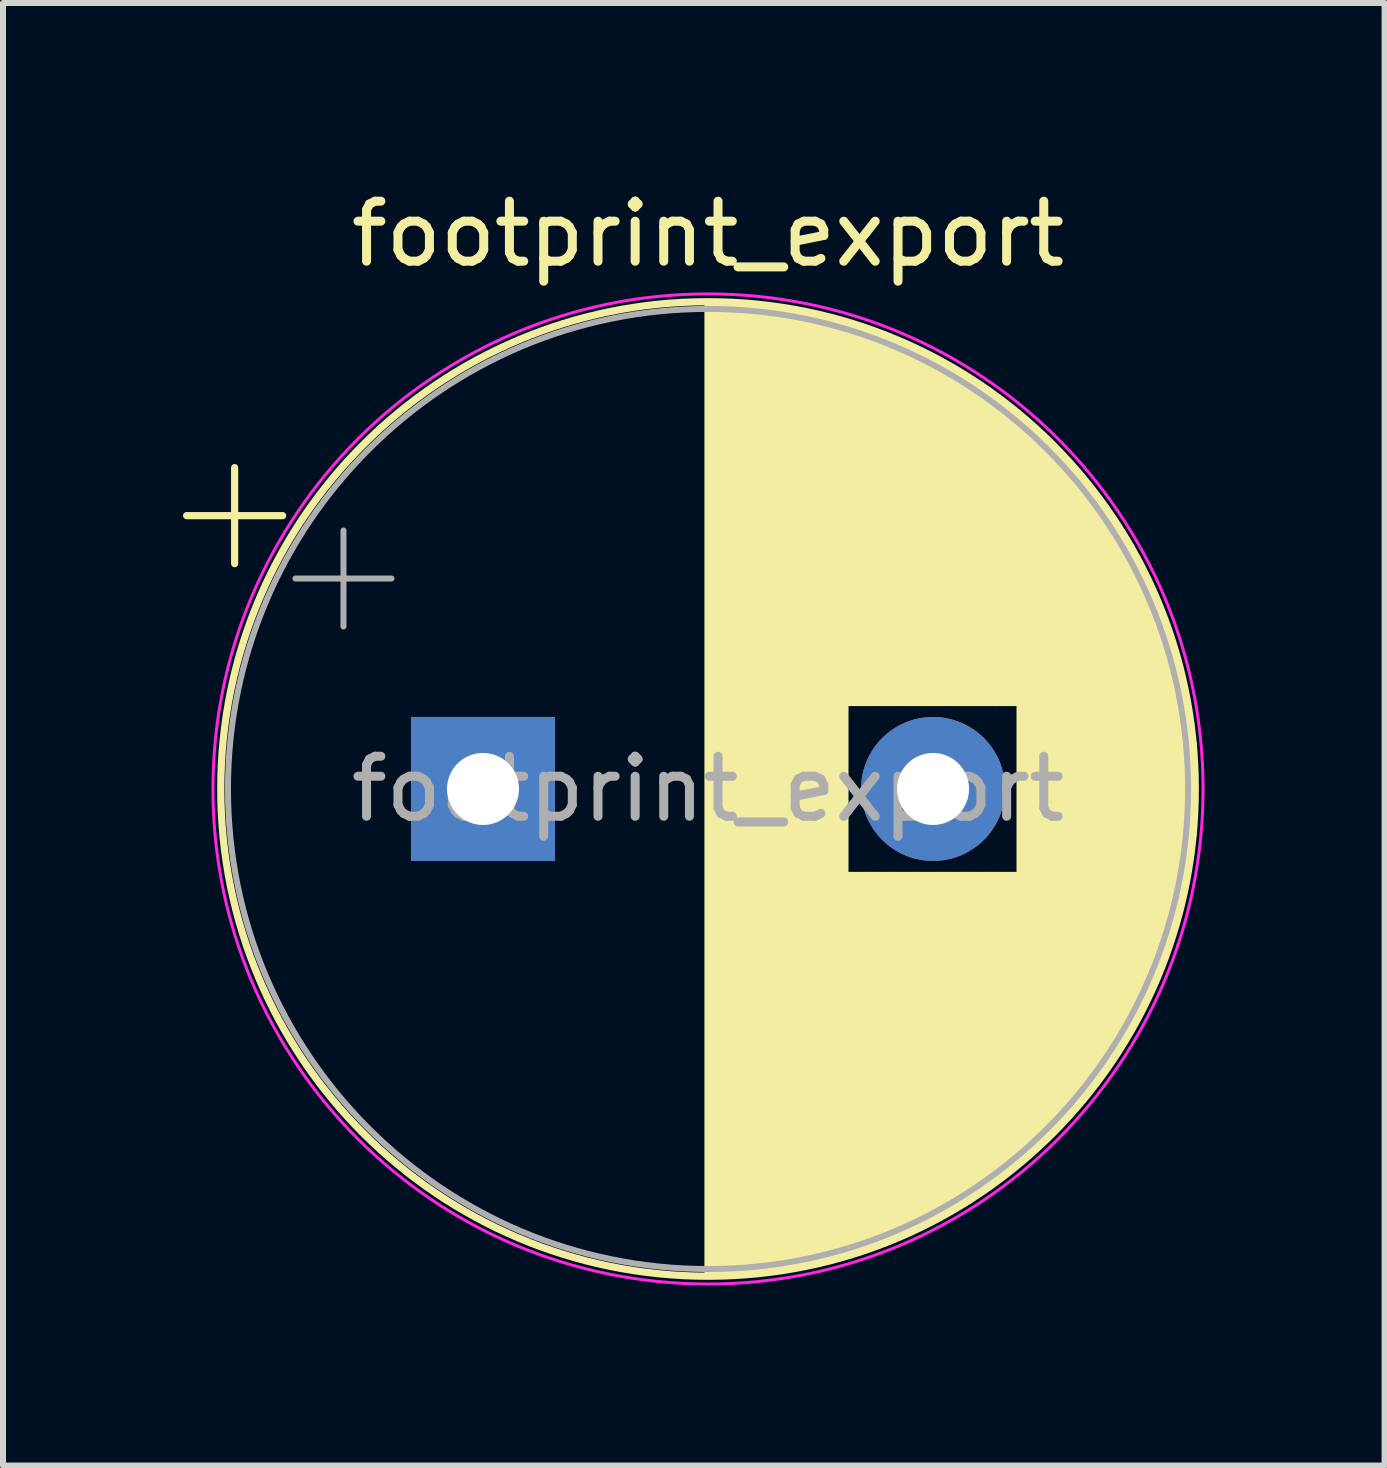
<source format=kicad_pcb>
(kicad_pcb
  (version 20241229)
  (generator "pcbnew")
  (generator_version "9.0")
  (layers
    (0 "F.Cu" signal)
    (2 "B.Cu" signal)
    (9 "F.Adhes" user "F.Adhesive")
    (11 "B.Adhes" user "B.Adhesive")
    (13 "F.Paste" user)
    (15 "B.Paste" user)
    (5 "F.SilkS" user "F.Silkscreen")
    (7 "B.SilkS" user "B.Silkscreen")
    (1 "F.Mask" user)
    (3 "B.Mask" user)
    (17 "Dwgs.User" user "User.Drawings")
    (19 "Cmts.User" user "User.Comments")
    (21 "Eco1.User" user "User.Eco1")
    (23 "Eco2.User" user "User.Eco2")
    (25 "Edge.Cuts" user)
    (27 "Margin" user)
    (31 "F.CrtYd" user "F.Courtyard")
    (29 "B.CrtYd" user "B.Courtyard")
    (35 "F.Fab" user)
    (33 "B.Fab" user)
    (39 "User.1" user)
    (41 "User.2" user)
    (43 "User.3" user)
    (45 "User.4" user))
  (footprint "footprint_export"
    (layer "F.Cu")
    (at 4.999 10.098)
    (property "Reference" "footprint_export" (at 3.75 -9.25 0) (layer "F.SilkS") (effects (font (size 1 1) (thickness 0.15))))
    (attr through_hole)
    (fp_line (start -4.939 -4.555) (end -3.339 -4.555) (stroke (width 0.12) (type solid)) (layer "F.SilkS"))
    (fp_line (start -4.139 -5.355) (end -4.139 -3.755) (stroke (width 0.12) (type solid)) (layer "F.SilkS"))
    (fp_line (start 3.75 -8.081) (end 3.75 8.081) (stroke (width 0.12) (type solid)) (layer "F.SilkS"))
    (fp_line (start 3.79 -8.08) (end 3.79 8.08) (stroke (width 0.12) (type solid)) (layer "F.SilkS"))
    (fp_line (start 3.83 -8.08) (end 3.83 8.08) (stroke (width 0.12) (type solid)) (layer "F.SilkS"))
    (fp_line (start 3.87 -8.08) (end 3.87 8.08) (stroke (width 0.12) (type solid)) (layer "F.SilkS"))
    (fp_line (start 3.91 -8.079) (end 3.91 8.079) (stroke (width 0.12) (type solid)) (layer "F.SilkS"))
    (fp_line (start 3.95 -8.078) (end 3.95 8.078) (stroke (width 0.12) (type solid)) (layer "F.SilkS"))
    (fp_line (start 3.99 -8.077) (end 3.99 8.077) (stroke (width 0.12) (type solid)) (layer "F.SilkS"))
    (fp_line (start 4.03 -8.076) (end 4.03 8.076) (stroke (width 0.12) (type solid)) (layer "F.SilkS"))
    (fp_line (start 4.07 -8.074) (end 4.07 8.074) (stroke (width 0.12) (type solid)) (layer "F.SilkS"))
    (fp_line (start 4.11 -8.073) (end 4.11 8.073) (stroke (width 0.12) (type solid)) (layer "F.SilkS"))
    (fp_line (start 4.15 -8.071) (end 4.15 8.071) (stroke (width 0.12) (type solid)) (layer "F.SilkS"))
    (fp_line (start 4.19 -8.069) (end 4.19 8.069) (stroke (width 0.12) (type solid)) (layer "F.SilkS"))
    (fp_line (start 4.23 -8.066) (end 4.23 8.066) (stroke (width 0.12) (type solid)) (layer "F.SilkS"))
    (fp_line (start 4.27 -8.064) (end 4.27 8.064) (stroke (width 0.12) (type solid)) (layer "F.SilkS"))
    (fp_line (start 4.31 -8.061) (end 4.31 8.061) (stroke (width 0.12) (type solid)) (layer "F.SilkS"))
    (fp_line (start 4.35 -8.058) (end 4.35 8.058) (stroke (width 0.12) (type solid)) (layer "F.SilkS"))
    (fp_line (start 4.39 -8.055) (end 4.39 8.055) (stroke (width 0.12) (type solid)) (layer "F.SilkS"))
    (fp_line (start 4.43 -8.052) (end 4.43 8.052) (stroke (width 0.12) (type solid)) (layer "F.SilkS"))
    (fp_line (start 4.471 -8.049) (end 4.471 8.049) (stroke (width 0.12) (type solid)) (layer "F.SilkS"))
    (fp_line (start 4.511 -8.045) (end 4.511 8.045) (stroke (width 0.12) (type solid)) (layer "F.SilkS"))
    (fp_line (start 4.551 -8.041) (end 4.551 8.041) (stroke (width 0.12) (type solid)) (layer "F.SilkS"))
    (fp_line (start 4.591 -8.037) (end 4.591 8.037) (stroke (width 0.12) (type solid)) (layer "F.SilkS"))
    (fp_line (start 4.631 -8.033) (end 4.631 8.033) (stroke (width 0.12) (type solid)) (layer "F.SilkS"))
    (fp_line (start 4.671 -8.028) (end 4.671 8.028) (stroke (width 0.12) (type solid)) (layer "F.SilkS"))
    (fp_line (start 4.711 -8.024) (end 4.711 8.024) (stroke (width 0.12) (type solid)) (layer "F.SilkS"))
    (fp_line (start 4.751 -8.019) (end 4.751 8.019) (stroke (width 0.12) (type solid)) (layer "F.SilkS"))
    (fp_line (start 4.791 -8.014) (end 4.791 8.014) (stroke (width 0.12) (type solid)) (layer "F.SilkS"))
    (fp_line (start 4.831 -8.008) (end 4.831 8.008) (stroke (width 0.12) (type solid)) (layer "F.SilkS"))
    (fp_line (start 4.871 -8.003) (end 4.871 8.003) (stroke (width 0.12) (type solid)) (layer "F.SilkS"))
    (fp_line (start 4.911 -7.997) (end 4.911 7.997) (stroke (width 0.12) (type solid)) (layer "F.SilkS"))
    (fp_line (start 4.951 -7.991) (end 4.951 7.991) (stroke (width 0.12) (type solid)) (layer "F.SilkS"))
    (fp_line (start 4.991 -7.985) (end 4.991 7.985) (stroke (width 0.12) (type solid)) (layer "F.SilkS"))
    (fp_line (start 5.031 -7.979) (end 5.031 7.979) (stroke (width 0.12) (type solid)) (layer "F.SilkS"))
    (fp_line (start 5.071 -7.972) (end 5.071 7.972) (stroke (width 0.12) (type solid)) (layer "F.SilkS"))
    (fp_line (start 5.111 -7.966) (end 5.111 7.966) (stroke (width 0.12) (type solid)) (layer "F.SilkS"))
    (fp_line (start 5.151 -7.959) (end 5.151 7.959) (stroke (width 0.12) (type solid)) (layer "F.SilkS"))
    (fp_line (start 5.191 -7.952) (end 5.191 7.952) (stroke (width 0.12) (type solid)) (layer "F.SilkS"))
    (fp_line (start 5.231 -7.944) (end 5.231 7.944) (stroke (width 0.12) (type solid)) (layer "F.SilkS"))
    (fp_line (start 5.271 -7.937) (end 5.271 7.937) (stroke (width 0.12) (type solid)) (layer "F.SilkS"))
    (fp_line (start 5.311 -7.929) (end 5.311 7.929) (stroke (width 0.12) (type solid)) (layer "F.SilkS"))
    (fp_line (start 5.351 -7.921) (end 5.351 7.921) (stroke (width 0.12) (type solid)) (layer "F.SilkS"))
    (fp_line (start 5.391 -7.913) (end 5.391 7.913) (stroke (width 0.12) (type solid)) (layer "F.SilkS"))
    (fp_line (start 5.431 -7.905) (end 5.431 7.905) (stroke (width 0.12) (type solid)) (layer "F.SilkS"))
    (fp_line (start 5.471 -7.896) (end 5.471 7.896) (stroke (width 0.12) (type solid)) (layer "F.SilkS"))
    (fp_line (start 5.511 -7.887) (end 5.511 7.887) (stroke (width 0.12) (type solid)) (layer "F.SilkS"))
    (fp_line (start 5.551 -7.878) (end 5.551 7.878) (stroke (width 0.12) (type solid)) (layer "F.SilkS"))
    (fp_line (start 5.591 -7.869) (end 5.591 7.869) (stroke (width 0.12) (type solid)) (layer "F.SilkS"))
    (fp_line (start 5.631 -7.86) (end 5.631 7.86) (stroke (width 0.12) (type solid)) (layer "F.SilkS"))
    (fp_line (start 5.671 -7.85) (end 5.671 7.85) (stroke (width 0.12) (type solid)) (layer "F.SilkS"))
    (fp_line (start 5.711 -7.84) (end 5.711 7.84) (stroke (width 0.12) (type solid)) (layer "F.SilkS"))
    (fp_line (start 5.751 -7.83) (end 5.751 7.83) (stroke (width 0.12) (type solid)) (layer "F.SilkS"))
    (fp_line (start 5.791 -7.82) (end 5.791 7.82) (stroke (width 0.12) (type solid)) (layer "F.SilkS"))
    (fp_line (start 5.831 -7.81) (end 5.831 7.81) (stroke (width 0.12) (type solid)) (layer "F.SilkS"))
    (fp_line (start 5.871 -7.799) (end 5.871 7.799) (stroke (width 0.12) (type solid)) (layer "F.SilkS"))
    (fp_line (start 5.911 -7.788) (end 5.911 7.788) (stroke (width 0.12) (type solid)) (layer "F.SilkS"))
    (fp_line (start 5.951 -7.777) (end 5.951 7.777) (stroke (width 0.12) (type solid)) (layer "F.SilkS"))
    (fp_line (start 5.991 -7.765) (end 5.991 7.765) (stroke (width 0.12) (type solid)) (layer "F.SilkS"))
    (fp_line (start 6.031 -7.754) (end 6.031 7.754) (stroke (width 0.12) (type solid)) (layer "F.SilkS"))
    (fp_line (start 6.071 -7.742) (end 6.071 -1.44) (stroke (width 0.12) (type solid)) (layer "F.SilkS"))
    (fp_line (start 6.071 1.44) (end 6.071 7.742) (stroke (width 0.12) (type solid)) (layer "F.SilkS"))
    (fp_line (start 6.111 -7.73) (end 6.111 -1.44) (stroke (width 0.12) (type solid)) (layer "F.SilkS"))
    (fp_line (start 6.111 1.44) (end 6.111 7.73) (stroke (width 0.12) (type solid)) (layer "F.SilkS"))
    (fp_line (start 6.151 -7.718) (end 6.151 -1.44) (stroke (width 0.12) (type solid)) (layer "F.SilkS"))
    (fp_line (start 6.151 1.44) (end 6.151 7.718) (stroke (width 0.12) (type solid)) (layer "F.SilkS"))
    (fp_line (start 6.191 -7.705) (end 6.191 -1.44) (stroke (width 0.12) (type solid)) (layer "F.SilkS"))
    (fp_line (start 6.191 1.44) (end 6.191 7.705) (stroke (width 0.12) (type solid)) (layer "F.SilkS"))
    (fp_line (start 6.231 -7.693) (end 6.231 -1.44) (stroke (width 0.12) (type solid)) (layer "F.SilkS"))
    (fp_line (start 6.231 1.44) (end 6.231 7.693) (stroke (width 0.12) (type solid)) (layer "F.SilkS"))
    (fp_line (start 6.271 -7.68) (end 6.271 -1.44) (stroke (width 0.12) (type solid)) (layer "F.SilkS"))
    (fp_line (start 6.271 1.44) (end 6.271 7.68) (stroke (width 0.12) (type solid)) (layer "F.SilkS"))
    (fp_line (start 6.311 -7.666) (end 6.311 -1.44) (stroke (width 0.12) (type solid)) (layer "F.SilkS"))
    (fp_line (start 6.311 1.44) (end 6.311 7.666) (stroke (width 0.12) (type solid)) (layer "F.SilkS"))
    (fp_line (start 6.351 -7.653) (end 6.351 -1.44) (stroke (width 0.12) (type solid)) (layer "F.SilkS"))
    (fp_line (start 6.351 1.44) (end 6.351 7.653) (stroke (width 0.12) (type solid)) (layer "F.SilkS"))
    (fp_line (start 6.391 -7.639) (end 6.391 -1.44) (stroke (width 0.12) (type solid)) (layer "F.SilkS"))
    (fp_line (start 6.391 1.44) (end 6.391 7.639) (stroke (width 0.12) (type solid)) (layer "F.SilkS"))
    (fp_line (start 6.431 -7.625) (end 6.431 -1.44) (stroke (width 0.12) (type solid)) (layer "F.SilkS"))
    (fp_line (start 6.431 1.44) (end 6.431 7.625) (stroke (width 0.12) (type solid)) (layer "F.SilkS"))
    (fp_line (start 6.471 -7.611) (end 6.471 -1.44) (stroke (width 0.12) (type solid)) (layer "F.SilkS"))
    (fp_line (start 6.471 1.44) (end 6.471 7.611) (stroke (width 0.12) (type solid)) (layer "F.SilkS"))
    (fp_line (start 6.511 -7.597) (end 6.511 -1.44) (stroke (width 0.12) (type solid)) (layer "F.SilkS"))
    (fp_line (start 6.511 1.44) (end 6.511 7.597) (stroke (width 0.12) (type solid)) (layer "F.SilkS"))
    (fp_line (start 6.551 -7.582) (end 6.551 -1.44) (stroke (width 0.12) (type solid)) (layer "F.SilkS"))
    (fp_line (start 6.551 1.44) (end 6.551 7.582) (stroke (width 0.12) (type solid)) (layer "F.SilkS"))
    (fp_line (start 6.591 -7.568) (end 6.591 -1.44) (stroke (width 0.12) (type solid)) (layer "F.SilkS"))
    (fp_line (start 6.591 1.44) (end 6.591 7.568) (stroke (width 0.12) (type solid)) (layer "F.SilkS"))
    (fp_line (start 6.631 -7.553) (end 6.631 -1.44) (stroke (width 0.12) (type solid)) (layer "F.SilkS"))
    (fp_line (start 6.631 1.44) (end 6.631 7.553) (stroke (width 0.12) (type solid)) (layer "F.SilkS"))
    (fp_line (start 6.671 -7.537) (end 6.671 -1.44) (stroke (width 0.12) (type solid)) (layer "F.SilkS"))
    (fp_line (start 6.671 1.44) (end 6.671 7.537) (stroke (width 0.12) (type solid)) (layer "F.SilkS"))
    (fp_line (start 6.711 -7.522) (end 6.711 -1.44) (stroke (width 0.12) (type solid)) (layer "F.SilkS"))
    (fp_line (start 6.711 1.44) (end 6.711 7.522) (stroke (width 0.12) (type solid)) (layer "F.SilkS"))
    (fp_line (start 6.751 -7.506) (end 6.751 -1.44) (stroke (width 0.12) (type solid)) (layer "F.SilkS"))
    (fp_line (start 6.751 1.44) (end 6.751 7.506) (stroke (width 0.12) (type solid)) (layer "F.SilkS"))
    (fp_line (start 6.791 -7.49) (end 6.791 -1.44) (stroke (width 0.12) (type solid)) (layer "F.SilkS"))
    (fp_line (start 6.791 1.44) (end 6.791 7.49) (stroke (width 0.12) (type solid)) (layer "F.SilkS"))
    (fp_line (start 6.831 -7.474) (end 6.831 -1.44) (stroke (width 0.12) (type solid)) (layer "F.SilkS"))
    (fp_line (start 6.831 1.44) (end 6.831 7.474) (stroke (width 0.12) (type solid)) (layer "F.SilkS"))
    (fp_line (start 6.871 -7.457) (end 6.871 -1.44) (stroke (width 0.12) (type solid)) (layer "F.SilkS"))
    (fp_line (start 6.871 1.44) (end 6.871 7.457) (stroke (width 0.12) (type solid)) (layer "F.SilkS"))
    (fp_line (start 6.911 -7.44) (end 6.911 -1.44) (stroke (width 0.12) (type solid)) (layer "F.SilkS"))
    (fp_line (start 6.911 1.44) (end 6.911 7.44) (stroke (width 0.12) (type solid)) (layer "F.SilkS"))
    (fp_line (start 6.951 -7.423) (end 6.951 -1.44) (stroke (width 0.12) (type solid)) (layer "F.SilkS"))
    (fp_line (start 6.951 1.44) (end 6.951 7.423) (stroke (width 0.12) (type solid)) (layer "F.SilkS"))
    (fp_line (start 6.991 -7.406) (end 6.991 -1.44) (stroke (width 0.12) (type solid)) (layer "F.SilkS"))
    (fp_line (start 6.991 1.44) (end 6.991 7.406) (stroke (width 0.12) (type solid)) (layer "F.SilkS"))
    (fp_line (start 7.031 -7.389) (end 7.031 -1.44) (stroke (width 0.12) (type solid)) (layer "F.SilkS"))
    (fp_line (start 7.031 1.44) (end 7.031 7.389) (stroke (width 0.12) (type solid)) (layer "F.SilkS"))
    (fp_line (start 7.071 -7.371) (end 7.071 -1.44) (stroke (width 0.12) (type solid)) (layer "F.SilkS"))
    (fp_line (start 7.071 1.44) (end 7.071 7.371) (stroke (width 0.12) (type solid)) (layer "F.SilkS"))
    (fp_line (start 7.111 -7.353) (end 7.111 -1.44) (stroke (width 0.12) (type solid)) (layer "F.SilkS"))
    (fp_line (start 7.111 1.44) (end 7.111 7.353) (stroke (width 0.12) (type solid)) (layer "F.SilkS"))
    (fp_line (start 7.151 -7.334) (end 7.151 -1.44) (stroke (width 0.12) (type solid)) (layer "F.SilkS"))
    (fp_line (start 7.151 1.44) (end 7.151 7.334) (stroke (width 0.12) (type solid)) (layer "F.SilkS"))
    (fp_line (start 7.191 -7.316) (end 7.191 -1.44) (stroke (width 0.12) (type solid)) (layer "F.SilkS"))
    (fp_line (start 7.191 1.44) (end 7.191 7.316) (stroke (width 0.12) (type solid)) (layer "F.SilkS"))
    (fp_line (start 7.231 -7.297) (end 7.231 -1.44) (stroke (width 0.12) (type solid)) (layer "F.SilkS"))
    (fp_line (start 7.231 1.44) (end 7.231 7.297) (stroke (width 0.12) (type solid)) (layer "F.SilkS"))
    (fp_line (start 7.271 -7.278) (end 7.271 -1.44) (stroke (width 0.12) (type solid)) (layer "F.SilkS"))
    (fp_line (start 7.271 1.44) (end 7.271 7.278) (stroke (width 0.12) (type solid)) (layer "F.SilkS"))
    (fp_line (start 7.311 -7.258) (end 7.311 -1.44) (stroke (width 0.12) (type solid)) (layer "F.SilkS"))
    (fp_line (start 7.311 1.44) (end 7.311 7.258) (stroke (width 0.12) (type solid)) (layer "F.SilkS"))
    (fp_line (start 7.351 -7.239) (end 7.351 -1.44) (stroke (width 0.12) (type solid)) (layer "F.SilkS"))
    (fp_line (start 7.351 1.44) (end 7.351 7.239) (stroke (width 0.12) (type solid)) (layer "F.SilkS"))
    (fp_line (start 7.391 -7.219) (end 7.391 -1.44) (stroke (width 0.12) (type solid)) (layer "F.SilkS"))
    (fp_line (start 7.391 1.44) (end 7.391 7.219) (stroke (width 0.12) (type solid)) (layer "F.SilkS"))
    (fp_line (start 7.431 -7.199) (end 7.431 -1.44) (stroke (width 0.12) (type solid)) (layer "F.SilkS"))
    (fp_line (start 7.431 1.44) (end 7.431 7.199) (stroke (width 0.12) (type solid)) (layer "F.SilkS"))
    (fp_line (start 7.471 -7.178) (end 7.471 -1.44) (stroke (width 0.12) (type solid)) (layer "F.SilkS"))
    (fp_line (start 7.471 1.44) (end 7.471 7.178) (stroke (width 0.12) (type solid)) (layer "F.SilkS"))
    (fp_line (start 7.511 -7.157) (end 7.511 -1.44) (stroke (width 0.12) (type solid)) (layer "F.SilkS"))
    (fp_line (start 7.511 1.44) (end 7.511 7.157) (stroke (width 0.12) (type solid)) (layer "F.SilkS"))
    (fp_line (start 7.551 -7.136) (end 7.551 -1.44) (stroke (width 0.12) (type solid)) (layer "F.SilkS"))
    (fp_line (start 7.551 1.44) (end 7.551 7.136) (stroke (width 0.12) (type solid)) (layer "F.SilkS"))
    (fp_line (start 7.591 -7.115) (end 7.591 -1.44) (stroke (width 0.12) (type solid)) (layer "F.SilkS"))
    (fp_line (start 7.591 1.44) (end 7.591 7.115) (stroke (width 0.12) (type solid)) (layer "F.SilkS"))
    (fp_line (start 7.631 -7.094) (end 7.631 -1.44) (stroke (width 0.12) (type solid)) (layer "F.SilkS"))
    (fp_line (start 7.631 1.44) (end 7.631 7.094) (stroke (width 0.12) (type solid)) (layer "F.SilkS"))
    (fp_line (start 7.671 -7.072) (end 7.671 -1.44) (stroke (width 0.12) (type solid)) (layer "F.SilkS"))
    (fp_line (start 7.671 1.44) (end 7.671 7.072) (stroke (width 0.12) (type solid)) (layer "F.SilkS"))
    (fp_line (start 7.711 -7.049) (end 7.711 -1.44) (stroke (width 0.12) (type solid)) (layer "F.SilkS"))
    (fp_line (start 7.711 1.44) (end 7.711 7.049) (stroke (width 0.12) (type solid)) (layer "F.SilkS"))
    (fp_line (start 7.751 -7.027) (end 7.751 -1.44) (stroke (width 0.12) (type solid)) (layer "F.SilkS"))
    (fp_line (start 7.751 1.44) (end 7.751 7.027) (stroke (width 0.12) (type solid)) (layer "F.SilkS"))
    (fp_line (start 7.791 -7.004) (end 7.791 -1.44) (stroke (width 0.12) (type solid)) (layer "F.SilkS"))
    (fp_line (start 7.791 1.44) (end 7.791 7.004) (stroke (width 0.12) (type solid)) (layer "F.SilkS"))
    (fp_line (start 7.831 -6.981) (end 7.831 -1.44) (stroke (width 0.12) (type solid)) (layer "F.SilkS"))
    (fp_line (start 7.831 1.44) (end 7.831 6.981) (stroke (width 0.12) (type solid)) (layer "F.SilkS"))
    (fp_line (start 7.871 -6.958) (end 7.871 -1.44) (stroke (width 0.12) (type solid)) (layer "F.SilkS"))
    (fp_line (start 7.871 1.44) (end 7.871 6.958) (stroke (width 0.12) (type solid)) (layer "F.SilkS"))
    (fp_line (start 7.911 -6.934) (end 7.911 -1.44) (stroke (width 0.12) (type solid)) (layer "F.SilkS"))
    (fp_line (start 7.911 1.44) (end 7.911 6.934) (stroke (width 0.12) (type solid)) (layer "F.SilkS"))
    (fp_line (start 7.951 -6.91) (end 7.951 -1.44) (stroke (width 0.12) (type solid)) (layer "F.SilkS"))
    (fp_line (start 7.951 1.44) (end 7.951 6.91) (stroke (width 0.12) (type solid)) (layer "F.SilkS"))
    (fp_line (start 7.991 -6.886) (end 7.991 -1.44) (stroke (width 0.12) (type solid)) (layer "F.SilkS"))
    (fp_line (start 7.991 1.44) (end 7.991 6.886) (stroke (width 0.12) (type solid)) (layer "F.SilkS"))
    (fp_line (start 8.031 -6.861) (end 8.031 -1.44) (stroke (width 0.12) (type solid)) (layer "F.SilkS"))
    (fp_line (start 8.031 1.44) (end 8.031 6.861) (stroke (width 0.12) (type solid)) (layer "F.SilkS"))
    (fp_line (start 8.071 -6.836) (end 8.071 -1.44) (stroke (width 0.12) (type solid)) (layer "F.SilkS"))
    (fp_line (start 8.071 1.44) (end 8.071 6.836) (stroke (width 0.12) (type solid)) (layer "F.SilkS"))
    (fp_line (start 8.111 -6.811) (end 8.111 -1.44) (stroke (width 0.12) (type solid)) (layer "F.SilkS"))
    (fp_line (start 8.111 1.44) (end 8.111 6.811) (stroke (width 0.12) (type solid)) (layer "F.SilkS"))
    (fp_line (start 8.151 -6.785) (end 8.151 -1.44) (stroke (width 0.12) (type solid)) (layer "F.SilkS"))
    (fp_line (start 8.151 1.44) (end 8.151 6.785) (stroke (width 0.12) (type solid)) (layer "F.SilkS"))
    (fp_line (start 8.191 -6.759) (end 8.191 -1.44) (stroke (width 0.12) (type solid)) (layer "F.SilkS"))
    (fp_line (start 8.191 1.44) (end 8.191 6.759) (stroke (width 0.12) (type solid)) (layer "F.SilkS"))
    (fp_line (start 8.231 -6.733) (end 8.231 -1.44) (stroke (width 0.12) (type solid)) (layer "F.SilkS"))
    (fp_line (start 8.231 1.44) (end 8.231 6.733) (stroke (width 0.12) (type solid)) (layer "F.SilkS"))
    (fp_line (start 8.271 -6.706) (end 8.271 -1.44) (stroke (width 0.12) (type solid)) (layer "F.SilkS"))
    (fp_line (start 8.271 1.44) (end 8.271 6.706) (stroke (width 0.12) (type solid)) (layer "F.SilkS"))
    (fp_line (start 8.311 -6.679) (end 8.311 -1.44) (stroke (width 0.12) (type solid)) (layer "F.SilkS"))
    (fp_line (start 8.311 1.44) (end 8.311 6.679) (stroke (width 0.12) (type solid)) (layer "F.SilkS"))
    (fp_line (start 8.351 -6.652) (end 8.351 -1.44) (stroke (width 0.12) (type solid)) (layer "F.SilkS"))
    (fp_line (start 8.351 1.44) (end 8.351 6.652) (stroke (width 0.12) (type solid)) (layer "F.SilkS"))
    (fp_line (start 8.391 -6.624) (end 8.391 -1.44) (stroke (width 0.12) (type solid)) (layer "F.SilkS"))
    (fp_line (start 8.391 1.44) (end 8.391 6.624) (stroke (width 0.12) (type solid)) (layer "F.SilkS"))
    (fp_line (start 8.431 -6.596) (end 8.431 -1.44) (stroke (width 0.12) (type solid)) (layer "F.SilkS"))
    (fp_line (start 8.431 1.44) (end 8.431 6.596) (stroke (width 0.12) (type solid)) (layer "F.SilkS"))
    (fp_line (start 8.471 -6.568) (end 8.471 -1.44) (stroke (width 0.12) (type solid)) (layer "F.SilkS"))
    (fp_line (start 8.471 1.44) (end 8.471 6.568) (stroke (width 0.12) (type solid)) (layer "F.SilkS"))
    (fp_line (start 8.511 -6.539) (end 8.511 -1.44) (stroke (width 0.12) (type solid)) (layer "F.SilkS"))
    (fp_line (start 8.511 1.44) (end 8.511 6.539) (stroke (width 0.12) (type solid)) (layer "F.SilkS"))
    (fp_line (start 8.551 -6.51) (end 8.551 -1.44) (stroke (width 0.12) (type solid)) (layer "F.SilkS"))
    (fp_line (start 8.551 1.44) (end 8.551 6.51) (stroke (width 0.12) (type solid)) (layer "F.SilkS"))
    (fp_line (start 8.591 -6.48) (end 8.591 -1.44) (stroke (width 0.12) (type solid)) (layer "F.SilkS"))
    (fp_line (start 8.591 1.44) (end 8.591 6.48) (stroke (width 0.12) (type solid)) (layer "F.SilkS"))
    (fp_line (start 8.631 -6.45) (end 8.631 -1.44) (stroke (width 0.12) (type solid)) (layer "F.SilkS"))
    (fp_line (start 8.631 1.44) (end 8.631 6.45) (stroke (width 0.12) (type solid)) (layer "F.SilkS"))
    (fp_line (start 8.671 -6.42) (end 8.671 -1.44) (stroke (width 0.12) (type solid)) (layer "F.SilkS"))
    (fp_line (start 8.671 1.44) (end 8.671 6.42) (stroke (width 0.12) (type solid)) (layer "F.SilkS"))
    (fp_line (start 8.711 -6.39) (end 8.711 -1.44) (stroke (width 0.12) (type solid)) (layer "F.SilkS"))
    (fp_line (start 8.711 1.44) (end 8.711 6.39) (stroke (width 0.12) (type solid)) (layer "F.SilkS"))
    (fp_line (start 8.751 -6.358) (end 8.751 -1.44) (stroke (width 0.12) (type solid)) (layer "F.SilkS"))
    (fp_line (start 8.751 1.44) (end 8.751 6.358) (stroke (width 0.12) (type solid)) (layer "F.SilkS"))
    (fp_line (start 8.791 -6.327) (end 8.791 -1.44) (stroke (width 0.12) (type solid)) (layer "F.SilkS"))
    (fp_line (start 8.791 1.44) (end 8.791 6.327) (stroke (width 0.12) (type solid)) (layer "F.SilkS"))
    (fp_line (start 8.831 -6.295) (end 8.831 -1.44) (stroke (width 0.12) (type solid)) (layer "F.SilkS"))
    (fp_line (start 8.831 1.44) (end 8.831 6.295) (stroke (width 0.12) (type solid)) (layer "F.SilkS"))
    (fp_line (start 8.871 -6.263) (end 8.871 -1.44) (stroke (width 0.12) (type solid)) (layer "F.SilkS"))
    (fp_line (start 8.871 1.44) (end 8.871 6.263) (stroke (width 0.12) (type solid)) (layer "F.SilkS"))
    (fp_line (start 8.911 -6.23) (end 8.911 -1.44) (stroke (width 0.12) (type solid)) (layer "F.SilkS"))
    (fp_line (start 8.911 1.44) (end 8.911 6.23) (stroke (width 0.12) (type solid)) (layer "F.SilkS"))
    (fp_line (start 8.951 -6.197) (end 8.951 6.197) (stroke (width 0.12) (type solid)) (layer "F.SilkS"))
    (fp_line (start 8.991 -6.163) (end 8.991 6.163) (stroke (width 0.12) (type solid)) (layer "F.SilkS"))
    (fp_line (start 9.031 -6.129) (end 9.031 6.129) (stroke (width 0.12) (type solid)) (layer "F.SilkS"))
    (fp_line (start 9.071 -6.095) (end 9.071 6.095) (stroke (width 0.12) (type solid)) (layer "F.SilkS"))
    (fp_line (start 9.111 -6.06) (end 9.111 6.06) (stroke (width 0.12) (type solid)) (layer "F.SilkS"))
    (fp_line (start 9.151 -6.025) (end 9.151 6.025) (stroke (width 0.12) (type solid)) (layer "F.SilkS"))
    (fp_line (start 9.191 -5.989) (end 9.191 5.989) (stroke (width 0.12) (type solid)) (layer "F.SilkS"))
    (fp_line (start 9.231 -5.952) (end 9.231 5.952) (stroke (width 0.12) (type solid)) (layer "F.SilkS"))
    (fp_line (start 9.271 -5.916) (end 9.271 5.916) (stroke (width 0.12) (type solid)) (layer "F.SilkS"))
    (fp_line (start 9.311 -5.878) (end 9.311 5.878) (stroke (width 0.12) (type solid)) (layer "F.SilkS"))
    (fp_line (start 9.351 -5.84) (end 9.351 5.84) (stroke (width 0.12) (type solid)) (layer "F.SilkS"))
    (fp_line (start 9.391 -5.802) (end 9.391 5.802) (stroke (width 0.12) (type solid)) (layer "F.SilkS"))
    (fp_line (start 9.431 -5.763) (end 9.431 5.763) (stroke (width 0.12) (type solid)) (layer "F.SilkS"))
    (fp_line (start 9.471 -5.724) (end 9.471 5.724) (stroke (width 0.12) (type solid)) (layer "F.SilkS"))
    (fp_line (start 9.511 -5.684) (end 9.511 5.684) (stroke (width 0.12) (type solid)) (layer "F.SilkS"))
    (fp_line (start 9.551 -5.643) (end 9.551 5.643) (stroke (width 0.12) (type solid)) (layer "F.SilkS"))
    (fp_line (start 9.591 -5.602) (end 9.591 5.602) (stroke (width 0.12) (type solid)) (layer "F.SilkS"))
    (fp_line (start 9.631 -5.56) (end 9.631 5.56) (stroke (width 0.12) (type solid)) (layer "F.SilkS"))
    (fp_line (start 9.671 -5.518) (end 9.671 5.518) (stroke (width 0.12) (type solid)) (layer "F.SilkS"))
    (fp_line (start 9.711 -5.475) (end 9.711 5.475) (stroke (width 0.12) (type solid)) (layer "F.SilkS"))
    (fp_line (start 9.751 -5.432) (end 9.751 5.432) (stroke (width 0.12) (type solid)) (layer "F.SilkS"))
    (fp_line (start 9.791 -5.388) (end 9.791 5.388) (stroke (width 0.12) (type solid)) (layer "F.SilkS"))
    (fp_line (start 9.831 -5.343) (end 9.831 5.343) (stroke (width 0.12) (type solid)) (layer "F.SilkS"))
    (fp_line (start 9.871 -5.297) (end 9.871 5.297) (stroke (width 0.12) (type solid)) (layer "F.SilkS"))
    (fp_line (start 9.911 -5.251) (end 9.911 5.251) (stroke (width 0.12) (type solid)) (layer "F.SilkS"))
    (fp_line (start 9.951 -5.204) (end 9.951 5.204) (stroke (width 0.12) (type solid)) (layer "F.SilkS"))
    (fp_line (start 9.991 -5.156) (end 9.991 5.156) (stroke (width 0.12) (type solid)) (layer "F.SilkS"))
    (fp_line (start 10.031 -5.108) (end 10.031 5.108) (stroke (width 0.12) (type solid)) (layer "F.SilkS"))
    (fp_line (start 10.071 -5.059) (end 10.071 5.059) (stroke (width 0.12) (type solid)) (layer "F.SilkS"))
    (fp_line (start 10.111 -5.009) (end 10.111 5.009) (stroke (width 0.12) (type solid)) (layer "F.SilkS"))
    (fp_line (start 10.151 -4.958) (end 10.151 4.958) (stroke (width 0.12) (type solid)) (layer "F.SilkS"))
    (fp_line (start 10.191 -4.906) (end 10.191 4.906) (stroke (width 0.12) (type solid)) (layer "F.SilkS"))
    (fp_line (start 10.231 -4.854) (end 10.231 4.854) (stroke (width 0.12) (type solid)) (layer "F.SilkS"))
    (fp_line (start 10.271 -4.8) (end 10.271 4.8) (stroke (width 0.12) (type solid)) (layer "F.SilkS"))
    (fp_line (start 10.311 -4.746) (end 10.311 4.746) (stroke (width 0.12) (type solid)) (layer "F.SilkS"))
    (fp_line (start 10.351 -4.691) (end 10.351 4.691) (stroke (width 0.12) (type solid)) (layer "F.SilkS"))
    (fp_line (start 10.391 -4.634) (end 10.391 4.634) (stroke (width 0.12) (type solid)) (layer "F.SilkS"))
    (fp_line (start 10.431 -4.577) (end 10.431 4.577) (stroke (width 0.12) (type solid)) (layer "F.SilkS"))
    (fp_line (start 10.471 -4.519) (end 10.471 4.519) (stroke (width 0.12) (type solid)) (layer "F.SilkS"))
    (fp_line (start 10.511 -4.459) (end 10.511 4.459) (stroke (width 0.12) (type solid)) (layer "F.SilkS"))
    (fp_line (start 10.551 -4.398) (end 10.551 4.398) (stroke (width 0.12) (type solid)) (layer "F.SilkS"))
    (fp_line (start 10.591 -4.336) (end 10.591 4.336) (stroke (width 0.12) (type solid)) (layer "F.SilkS"))
    (fp_line (start 10.631 -4.273) (end 10.631 4.273) (stroke (width 0.12) (type solid)) (layer "F.SilkS"))
    (fp_line (start 10.671 -4.209) (end 10.671 4.209) (stroke (width 0.12) (type solid)) (layer "F.SilkS"))
    (fp_line (start 10.711 -4.143) (end 10.711 4.143) (stroke (width 0.12) (type solid)) (layer "F.SilkS"))
    (fp_line (start 10.751 -4.076) (end 10.751 4.076) (stroke (width 0.12) (type solid)) (layer "F.SilkS"))
    (fp_line (start 10.791 -4.007) (end 10.791 4.007) (stroke (width 0.12) (type solid)) (layer "F.SilkS"))
    (fp_line (start 10.831 -3.936) (end 10.831 3.936) (stroke (width 0.12) (type solid)) (layer "F.SilkS"))
    (fp_line (start 10.871 -3.864) (end 10.871 3.864) (stroke (width 0.12) (type solid)) (layer "F.SilkS"))
    (fp_line (start 10.911 -3.79) (end 10.911 3.79) (stroke (width 0.12) (type solid)) (layer "F.SilkS"))
    (fp_line (start 10.951 -3.715) (end 10.951 3.715) (stroke (width 0.12) (type solid)) (layer "F.SilkS"))
    (fp_line (start 10.991 -3.637) (end 10.991 3.637) (stroke (width 0.12) (type solid)) (layer "F.SilkS"))
    (fp_line (start 11.031 -3.557) (end 11.031 3.557) (stroke (width 0.12) (type solid)) (layer "F.SilkS"))
    (fp_line (start 11.071 -3.475) (end 11.071 3.475) (stroke (width 0.12) (type solid)) (layer "F.SilkS"))
    (fp_line (start 11.111 -3.39) (end 11.111 3.39) (stroke (width 0.12) (type solid)) (layer "F.SilkS"))
    (fp_line (start 11.151 -3.303) (end 11.151 3.303) (stroke (width 0.12) (type solid)) (layer "F.SilkS"))
    (fp_line (start 11.191 -3.213) (end 11.191 3.213) (stroke (width 0.12) (type solid)) (layer "F.SilkS"))
    (fp_line (start 11.231 -3.12) (end 11.231 3.12) (stroke (width 0.12) (type solid)) (layer "F.SilkS"))
    (fp_line (start 11.271 -3.024) (end 11.271 3.024) (stroke (width 0.12) (type solid)) (layer "F.SilkS"))
    (fp_line (start 11.311 -2.924) (end 11.311 2.924) (stroke (width 0.12) (type solid)) (layer "F.SilkS"))
    (fp_line (start 11.351 -2.82) (end 11.351 2.82) (stroke (width 0.12) (type solid)) (layer "F.SilkS"))
    (fp_line (start 11.391 -2.711) (end 11.391 2.711) (stroke (width 0.12) (type solid)) (layer "F.SilkS"))
    (fp_line (start 11.431 -2.597) (end 11.431 2.597) (stroke (width 0.12) (type solid)) (layer "F.SilkS"))
    (fp_line (start 11.471 -2.478) (end 11.471 2.478) (stroke (width 0.12) (type solid)) (layer "F.SilkS"))
    (fp_line (start 11.511 -2.351) (end 11.511 2.351) (stroke (width 0.12) (type solid)) (layer "F.SilkS"))
    (fp_line (start 11.551 -2.218) (end 11.551 2.218) (stroke (width 0.12) (type solid)) (layer "F.SilkS"))
    (fp_line (start 11.591 -2.074) (end 11.591 2.074) (stroke (width 0.12) (type solid)) (layer "F.SilkS"))
    (fp_line (start 11.631 -1.92) (end 11.631 1.92) (stroke (width 0.12) (type solid)) (layer "F.SilkS"))
    (fp_line (start 11.671 -1.752) (end 11.671 1.752) (stroke (width 0.12) (type solid)) (layer "F.SilkS"))
    (fp_line (start 11.711 -1.564) (end 11.711 1.564) (stroke (width 0.12) (type solid)) (layer "F.SilkS"))
    (fp_line (start 11.751 -1.351) (end 11.751 1.351) (stroke (width 0.12) (type solid)) (layer "F.SilkS"))
    (fp_line (start 11.791 -1.098) (end 11.791 1.098) (stroke (width 0.12) (type solid)) (layer "F.SilkS"))
    (fp_line (start 11.831 -0.765) (end 11.831 0.765) (stroke (width 0.12) (type solid)) (layer "F.SilkS"))
    (fp_circle (center 3.75 0) (end 11.87 0) (stroke (width 0.12) (type solid)) (fill no) (layer "F.SilkS"))
    (fp_circle (center 3.75 0) (end 12 0) (stroke (width 0.05) (type solid)) (fill no) (layer "F.CrtYd"))
    (fp_line (start -3.125 -3.507) (end -1.525 -3.507) (stroke (width 0.1) (type solid)) (layer "F.Fab"))
    (fp_line (start -2.325 -4.308) (end -2.325 -2.708) (stroke (width 0.1) (type solid)) (layer "F.Fab"))
    (fp_circle (center 3.75 0) (end 11.75 0) (stroke (width 0.1) (type solid)) (fill no) (layer "F.Fab"))
    (fp_text user "${REFERENCE}" (at 3.75 0 0) (layer "F.Fab") (effects (font (size 1 1) (thickness 0.15))))
    (pad "1" thru_hole rect (at 0 0) (size 2.4 2.4) (drill 1.2) (layers "*.Cu" "*.Mask"))
    (pad "2" thru_hole circle (at 7.5 0) (size 2.4 2.4) (drill 1.2) (layers "*.Cu" "*.Mask")))
  (gr_rect
    (start -3 -3)
    (end 20.024 21.373)
    (stroke (width 0.1) (type default))
    (fill no)
    (layer "Edge.Cuts")))
</source>
